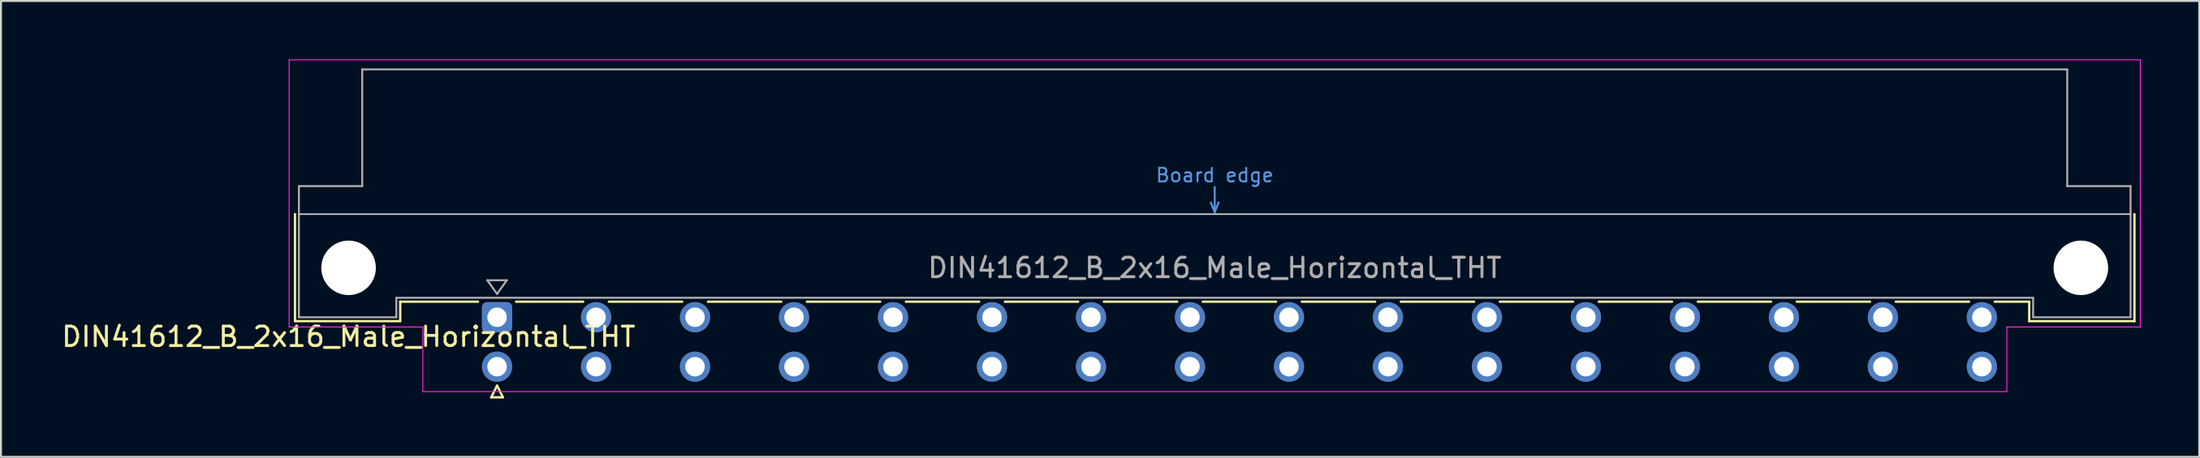
<source format=kicad_pcb>
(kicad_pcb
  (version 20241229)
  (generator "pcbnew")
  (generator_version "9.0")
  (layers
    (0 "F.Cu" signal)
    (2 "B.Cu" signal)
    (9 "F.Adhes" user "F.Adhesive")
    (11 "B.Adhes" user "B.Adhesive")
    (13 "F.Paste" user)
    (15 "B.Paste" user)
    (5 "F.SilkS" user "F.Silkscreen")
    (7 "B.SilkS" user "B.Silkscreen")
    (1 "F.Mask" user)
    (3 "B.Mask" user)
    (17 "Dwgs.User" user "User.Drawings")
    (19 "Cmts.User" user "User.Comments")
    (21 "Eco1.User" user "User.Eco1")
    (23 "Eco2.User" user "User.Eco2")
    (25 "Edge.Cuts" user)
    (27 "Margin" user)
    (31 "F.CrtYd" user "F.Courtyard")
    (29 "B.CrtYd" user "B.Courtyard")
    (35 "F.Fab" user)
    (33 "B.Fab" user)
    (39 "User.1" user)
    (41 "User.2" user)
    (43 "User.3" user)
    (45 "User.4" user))
  (footprint "DIN41612_B_2x16_Male_Horizontal_THT"
    (layer "F.Cu")
    (at 19.919 13.255)
    (property "Reference" "DIN41612_B_2x16_Male_Horizontal_THT" (at -5.08 1 0) (layer "F.SilkS") (effects (font (size 1 1) (thickness 0.15))))
    (attr through_hole)
    (fp_line (start -7.83 -5.3) (end -7.83 0.2) (stroke (width 0.12) (type solid)) (layer "F.SilkS"))
    (fp_line (start -7.83 0.2) (end -2.43 0.2) (stroke (width 0.12) (type solid)) (layer "F.SilkS"))
    (fp_line (start -2.431 -0.8) (end 1.565 -0.8) (stroke (width 0.12) (type solid)) (layer "F.SilkS"))
    (fp_line (start -2.43 0.2) (end -2.43 -0.8) (stroke (width 0.12) (type solid)) (layer "F.SilkS"))
    (fp_line (start 2.24 4.115) (end 2.84 4.115) (stroke (width 0.12) (type solid)) (layer "F.SilkS"))
    (fp_line (start 2.54 3.515) (end 2.24 4.115) (stroke (width 0.12) (type solid)) (layer "F.SilkS"))
    (fp_line (start 2.84 4.115) (end 2.54 3.515) (stroke (width 0.12) (type solid)) (layer "F.SilkS"))
    (fp_line (start 3.515 -0.8) (end 6.961 -0.8) (stroke (width 0.12) (type solid)) (layer "F.SilkS"))
    (fp_line (start 8.28 -0.8) (end 12.041 -0.8) (stroke (width 0.12) (type solid)) (layer "F.SilkS"))
    (fp_line (start 13.36 -0.8) (end 17.121 -0.8) (stroke (width 0.12) (type solid)) (layer "F.SilkS"))
    (fp_line (start 18.44 -0.8) (end 22.201 -0.8) (stroke (width 0.12) (type solid)) (layer "F.SilkS"))
    (fp_line (start 23.52 -0.8) (end 27.281 -0.8) (stroke (width 0.12) (type solid)) (layer "F.SilkS"))
    (fp_line (start 28.6 -0.8) (end 32.361 -0.8) (stroke (width 0.12) (type solid)) (layer "F.SilkS"))
    (fp_line (start 33.68 -0.8) (end 37.441 -0.8) (stroke (width 0.12) (type solid)) (layer "F.SilkS"))
    (fp_line (start 38.76 -0.8) (end 42.521 -0.8) (stroke (width 0.12) (type solid)) (layer "F.SilkS"))
    (fp_line (start 43.84 -0.8) (end 47.601 -0.8) (stroke (width 0.12) (type solid)) (layer "F.SilkS"))
    (fp_line (start 48.92 -0.8) (end 52.681 -0.8) (stroke (width 0.12) (type solid)) (layer "F.SilkS"))
    (fp_line (start 54 -0.8) (end 57.761 -0.8) (stroke (width 0.12) (type solid)) (layer "F.SilkS"))
    (fp_line (start 59.08 -0.8) (end 62.841 -0.8) (stroke (width 0.12) (type solid)) (layer "F.SilkS"))
    (fp_line (start 64.16 -0.8) (end 67.921 -0.8) (stroke (width 0.12) (type solid)) (layer "F.SilkS"))
    (fp_line (start 69.24 -0.8) (end 73.001 -0.8) (stroke (width 0.12) (type solid)) (layer "F.SilkS"))
    (fp_line (start 74.32 -0.8) (end 78.081 -0.8) (stroke (width 0.12) (type solid)) (layer "F.SilkS"))
    (fp_line (start 79.4 -0.8) (end 81.17 -0.8) (stroke (width 0.12) (type solid)) (layer "F.SilkS"))
    (fp_line (start 81.17 0.2) (end 81.17 -0.8) (stroke (width 0.12) (type solid)) (layer "F.SilkS"))
    (fp_line (start 86.57 -5.3) (end 86.57 0.2) (stroke (width 0.12) (type solid)) (layer "F.SilkS"))
    (fp_line (start 86.57 0.2) (end 81.17 0.2) (stroke (width 0.12) (type solid)) (layer "F.SilkS"))
    (fp_line (start -7.63 -5.3) (end 86.37 -5.3) (stroke (width 0.08) (type solid)) (layer "Dwgs.User"))
    (fp_line (start 39.17 -5.9) (end 39.37 -5.4) (stroke (width 0.1) (type solid)) (layer "Cmts.User"))
    (fp_line (start 39.37 -5.4) (end 39.37 -6.7) (stroke (width 0.1) (type solid)) (layer "Cmts.User"))
    (fp_line (start 39.37 -5.4) (end 39.57 -5.9) (stroke (width 0.1) (type solid)) (layer "Cmts.User"))
    (fp_line (start -8.13 -13.23) (end -8.13 0.5) (stroke (width 0.05) (type solid)) (layer "F.CrtYd"))
    (fp_line (start -8.13 0.5) (end -1.27 0.5) (stroke (width 0.05) (type solid)) (layer "F.CrtYd"))
    (fp_line (start -1.27 0.5) (end -1.27 3.82) (stroke (width 0.05) (type solid)) (layer "F.CrtYd"))
    (fp_line (start -1.27 3.82) (end 80.02 3.82) (stroke (width 0.05) (type solid)) (layer "F.CrtYd"))
    (fp_line (start 80.02 0.5) (end 86.87 0.5) (stroke (width 0.05) (type solid)) (layer "F.CrtYd"))
    (fp_line (start 80.02 3.82) (end 80.02 0.5) (stroke (width 0.05) (type solid)) (layer "F.CrtYd"))
    (fp_line (start 86.87 -13.23) (end -8.13 -13.23) (stroke (width 0.05) (type solid)) (layer "F.CrtYd"))
    (fp_line (start 86.87 0.5) (end 86.87 -13.23) (stroke (width 0.05) (type solid)) (layer "F.CrtYd"))
    (fp_line (start -7.63 -6.74) (end -7.63 0) (stroke (width 0.1) (type solid)) (layer "F.Fab"))
    (fp_line (start -7.63 0) (end -2.63 0) (stroke (width 0.1) (type solid)) (layer "F.Fab"))
    (fp_line (start -4.38 -12.74) (end -4.38 -6.74) (stroke (width 0.1) (type solid)) (layer "F.Fab"))
    (fp_line (start -4.38 -6.74) (end -7.63 -6.74) (stroke (width 0.1) (type solid)) (layer "F.Fab"))
    (fp_line (start -2.63 -1) (end 81.37 -1) (stroke (width 0.1) (type solid)) (layer "F.Fab"))
    (fp_line (start -2.63 0) (end -2.63 -1) (stroke (width 0.1) (type solid)) (layer "F.Fab"))
    (fp_line (start 2.04 -1.9) (end 3.04 -1.9) (stroke (width 0.1) (type solid)) (layer "F.Fab"))
    (fp_line (start 2.54 -1.2) (end 2.04 -1.9) (stroke (width 0.1) (type solid)) (layer "F.Fab"))
    (fp_line (start 3.04 -1.9) (end 2.54 -1.2) (stroke (width 0.1) (type solid)) (layer "F.Fab"))
    (fp_line (start 81.37 -1) (end 81.37 0) (stroke (width 0.1) (type solid)) (layer "F.Fab"))
    (fp_line (start 81.37 0) (end 86.37 0) (stroke (width 0.1) (type solid)) (layer "F.Fab"))
    (fp_line (start 83.12 -12.74) (end -4.38 -12.74) (stroke (width 0.1) (type solid)) (layer "F.Fab"))
    (fp_line (start 83.12 -6.74) (end 83.12 -12.74) (stroke (width 0.1) (type solid)) (layer "F.Fab"))
    (fp_line (start 86.37 -6.74) (end 83.12 -6.74) (stroke (width 0.1) (type solid)) (layer "F.Fab"))
    (fp_line (start 86.37 0) (end 86.37 -6.74) (stroke (width 0.1) (type solid)) (layer "F.Fab"))
    (fp_text user "Board edge" (at 39.37 -7.3 0) (layer "Cmts.User") (effects (font (size 0.7 0.7) (thickness 0.1))))
    (fp_text user "${REFERENCE}" (at 39.37 -2.54 0) (layer "F.Fab") (effects (font (size 1 1) (thickness 0.15))))
    (pad "" np_thru_hole circle (at -5.08 -2.54) (size 2.8 2.8) (drill 2.8) (layers "*.Cu" "*.Mask"))
    (pad "" np_thru_hole circle (at 83.82 -2.54) (size 2.8 2.8) (drill 2.8) (layers "*.Cu" "*.Mask"))
    (pad "a2" thru_hole roundrect (at 2.54 0) (size 1.55 1.55) (drill 1) (layers "*.Cu" "*.Mask") (roundrect_rratio 0.161))
    (pad "a4" thru_hole circle (at 7.62 0) (size 1.55 1.55) (drill 1) (layers "*.Cu" "*.Mask"))
    (pad "a6" thru_hole circle (at 12.7 0) (size 1.55 1.55) (drill 1) (layers "*.Cu" "*.Mask"))
    (pad "a8" thru_hole circle (at 17.78 0) (size 1.55 1.55) (drill 1) (layers "*.Cu" "*.Mask"))
    (pad "a10" thru_hole circle (at 22.86 0) (size 1.55 1.55) (drill 1) (layers "*.Cu" "*.Mask"))
    (pad "a12" thru_hole circle (at 27.94 0) (size 1.55 1.55) (drill 1) (layers "*.Cu" "*.Mask"))
    (pad "a14" thru_hole circle (at 33.02 0) (size 1.55 1.55) (drill 1) (layers "*.Cu" "*.Mask"))
    (pad "a16" thru_hole circle (at 38.1 0) (size 1.55 1.55) (drill 1) (layers "*.Cu" "*.Mask"))
    (pad "a18" thru_hole circle (at 43.18 0) (size 1.55 1.55) (drill 1) (layers "*.Cu" "*.Mask"))
    (pad "a20" thru_hole circle (at 48.26 0) (size 1.55 1.55) (drill 1) (layers "*.Cu" "*.Mask"))
    (pad "a22" thru_hole circle (at 53.34 0) (size 1.55 1.55) (drill 1) (layers "*.Cu" "*.Mask"))
    (pad "a24" thru_hole circle (at 58.42 0) (size 1.55 1.55) (drill 1) (layers "*.Cu" "*.Mask"))
    (pad "a26" thru_hole circle (at 63.5 0) (size 1.55 1.55) (drill 1) (layers "*.Cu" "*.Mask"))
    (pad "a28" thru_hole circle (at 68.58 0) (size 1.55 1.55) (drill 1) (layers "*.Cu" "*.Mask"))
    (pad "a30" thru_hole circle (at 73.66 0) (size 1.55 1.55) (drill 1) (layers "*.Cu" "*.Mask"))
    (pad "a32" thru_hole circle (at 78.74 0) (size 1.55 1.55) (drill 1) (layers "*.Cu" "*.Mask"))
    (pad "b2" thru_hole circle (at 2.54 2.54) (size 1.55 1.55) (drill 1) (layers "*.Cu" "*.Mask"))
    (pad "b4" thru_hole circle (at 7.62 2.54) (size 1.55 1.55) (drill 1) (layers "*.Cu" "*.Mask"))
    (pad "b6" thru_hole circle (at 12.7 2.54) (size 1.55 1.55) (drill 1) (layers "*.Cu" "*.Mask"))
    (pad "b8" thru_hole circle (at 17.78 2.54) (size 1.55 1.55) (drill 1) (layers "*.Cu" "*.Mask"))
    (pad "b10" thru_hole circle (at 22.86 2.54) (size 1.55 1.55) (drill 1) (layers "*.Cu" "*.Mask"))
    (pad "b12" thru_hole circle (at 27.94 2.54) (size 1.55 1.55) (drill 1) (layers "*.Cu" "*.Mask"))
    (pad "b14" thru_hole circle (at 33.02 2.54) (size 1.55 1.55) (drill 1) (layers "*.Cu" "*.Mask"))
    (pad "b16" thru_hole circle (at 38.1 2.54) (size 1.55 1.55) (drill 1) (layers "*.Cu" "*.Mask"))
    (pad "b18" thru_hole circle (at 43.18 2.54) (size 1.55 1.55) (drill 1) (layers "*.Cu" "*.Mask"))
    (pad "b20" thru_hole circle (at 48.26 2.54) (size 1.55 1.55) (drill 1) (layers "*.Cu" "*.Mask"))
    (pad "b22" thru_hole circle (at 53.34 2.54) (size 1.55 1.55) (drill 1) (layers "*.Cu" "*.Mask"))
    (pad "b24" thru_hole circle (at 58.42 2.54) (size 1.55 1.55) (drill 1) (layers "*.Cu" "*.Mask"))
    (pad "b26" thru_hole circle (at 63.5 2.54) (size 1.55 1.55) (drill 1) (layers "*.Cu" "*.Mask"))
    (pad "b28" thru_hole circle (at 68.58 2.54) (size 1.55 1.55) (drill 1) (layers "*.Cu" "*.Mask"))
    (pad "b30" thru_hole circle (at 73.66 2.54) (size 1.55 1.55) (drill 1) (layers "*.Cu" "*.Mask"))
    (pad "b32" thru_hole circle (at 78.74 2.54) (size 1.55 1.55) (drill 1) (layers "*.Cu" "*.Mask")))
  (gr_rect
    (start -3 -3)
    (end 109.814 20.43)
    (stroke (width 0.1) (type default))
    (fill no)
    (layer "Edge.Cuts")))
</source>
